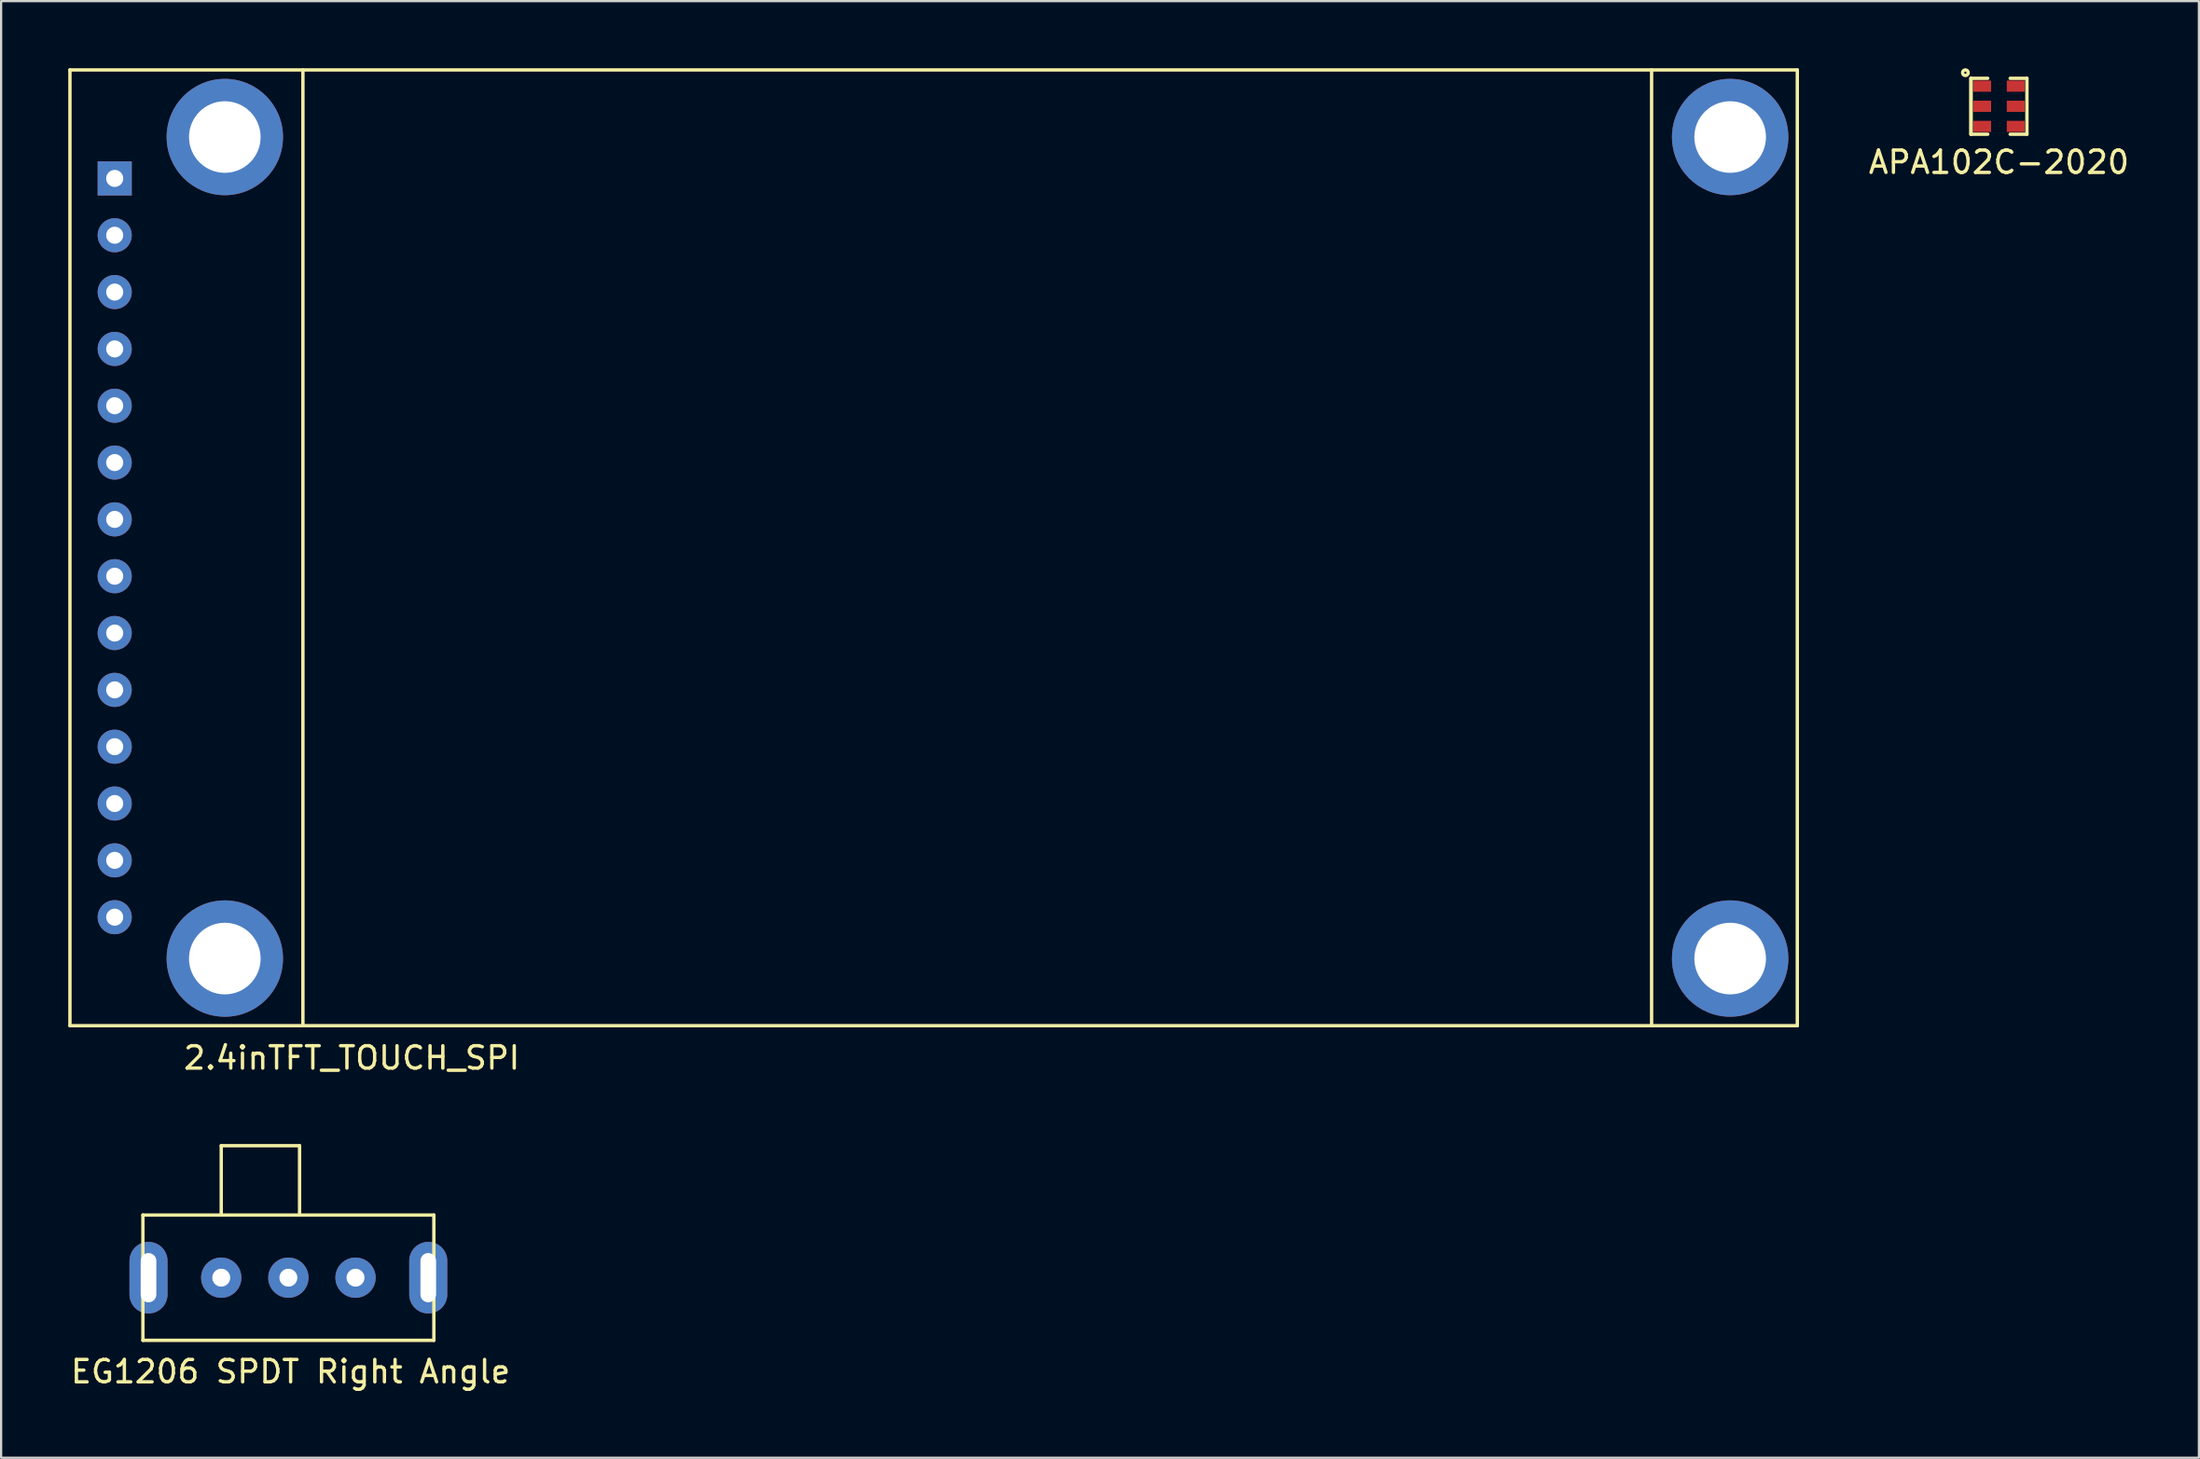
<source format=kicad_pcb>
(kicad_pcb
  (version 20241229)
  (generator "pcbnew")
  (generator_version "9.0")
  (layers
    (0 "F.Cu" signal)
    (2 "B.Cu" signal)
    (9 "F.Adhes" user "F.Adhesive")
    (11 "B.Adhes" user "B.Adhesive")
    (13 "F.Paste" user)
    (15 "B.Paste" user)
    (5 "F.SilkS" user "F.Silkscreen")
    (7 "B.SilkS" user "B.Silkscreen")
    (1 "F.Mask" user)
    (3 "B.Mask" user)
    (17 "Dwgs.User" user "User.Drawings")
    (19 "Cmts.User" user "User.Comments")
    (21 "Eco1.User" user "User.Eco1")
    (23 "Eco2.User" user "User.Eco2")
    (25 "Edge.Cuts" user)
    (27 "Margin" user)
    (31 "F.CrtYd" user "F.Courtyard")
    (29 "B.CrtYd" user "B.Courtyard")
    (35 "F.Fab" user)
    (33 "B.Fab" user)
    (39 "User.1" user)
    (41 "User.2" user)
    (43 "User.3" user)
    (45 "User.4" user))
  (footprint "2.4inTFT_TOUCH_SPI"
    (layer "F.Cu")
    (at 38.665 21.435)
    (property "Reference" "2.4inTFT_TOUCH_SPI" (at -26 22.8 0) (layer "F.SilkS") (effects (font (size 1 1) (thickness 0.15))))
    (attr through_hole)
    (fp_line (start -38.59 -21.36) (end 38.59 -21.36) (stroke (width 0.15) (type solid)) (layer "F.SilkS"))
    (fp_line (start -38.59 21.36) (end -38.59 -21.36) (stroke (width 0.15) (type solid)) (layer "F.SilkS"))
    (fp_line (start -28.18 -21.36) (end -28.18 21.36) (stroke (width 0.15) (type solid)) (layer "F.SilkS"))
    (fp_line (start 32.08 -21.36) (end 32.08 21.36) (stroke (width 0.15) (type solid)) (layer "F.SilkS"))
    (fp_line (start 38.59 -21.36) (end 38.59 21.36) (stroke (width 0.15) (type solid)) (layer "F.SilkS"))
    (fp_line (start 38.59 21.36) (end -38.59 21.36) (stroke (width 0.15) (type solid)) (layer "F.SilkS"))
    (pad "" thru_hole circle (at -31.67 -18.36) (size 5.2 5.2) (drill 3.2) (layers "*.Cu" "*.Mask"))
    (pad "" thru_hole circle (at -31.67 18.36) (size 5.2 5.2) (drill 3.2) (layers "*.Cu" "*.Mask"))
    (pad "" thru_hole circle (at 35.59 -18.36) (size 5.2 5.2) (drill 3.2) (layers "*.Cu" "*.Mask"))
    (pad "" thru_hole circle (at 35.59 18.36) (size 5.2 5.2) (drill 3.2) (layers "*.Cu" "*.Mask"))
    (pad "1" thru_hole rect (at -36.59 -16.51) (size 1.524 1.524) (drill 0.762) (layers "*.Cu" "*.Mask"))
    (pad "2" thru_hole circle (at -36.59 -13.97) (size 1.524 1.524) (drill 0.762) (layers "*.Cu" "*.Mask"))
    (pad "3" thru_hole circle (at -36.59 -11.43) (size 1.524 1.524) (drill 0.762) (layers "*.Cu" "*.Mask"))
    (pad "4" thru_hole circle (at -36.59 -8.89) (size 1.524 1.524) (drill 0.762) (layers "*.Cu" "*.Mask"))
    (pad "5" thru_hole circle (at -36.59 -6.35) (size 1.524 1.524) (drill 0.762) (layers "*.Cu" "*.Mask"))
    (pad "6" thru_hole circle (at -36.59 -3.81) (size 1.524 1.524) (drill 0.762) (layers "*.Cu" "*.Mask"))
    (pad "7" thru_hole circle (at -36.59 -1.27) (size 1.524 1.524) (drill 0.762) (layers "*.Cu" "*.Mask"))
    (pad "8" thru_hole circle (at -36.59 1.27) (size 1.524 1.524) (drill 0.762) (layers "*.Cu" "*.Mask"))
    (pad "9" thru_hole circle (at -36.59 3.81) (size 1.524 1.524) (drill 0.762) (layers "*.Cu" "*.Mask"))
    (pad "10" thru_hole circle (at -36.59 6.35) (size 1.524 1.524) (drill 0.762) (layers "*.Cu" "*.Mask"))
    (pad "11" thru_hole circle (at -36.59 8.89) (size 1.524 1.524) (drill 0.762) (layers "*.Cu" "*.Mask"))
    (pad "12" thru_hole circle (at -36.59 11.43) (size 1.524 1.524) (drill 0.762) (layers "*.Cu" "*.Mask"))
    (pad "13" thru_hole circle (at -36.59 13.97) (size 1.524 1.524) (drill 0.762) (layers "*.Cu" "*.Mask"))
    (pad "14" thru_hole circle (at -36.59 16.51) (size 1.524 1.524) (drill 0.762) (layers "*.Cu" "*.Mask")))
  (footprint "APA102C-2020"
    (layer "F.Cu")
    (at 86.265 1.7)
    (property "Reference" "APA102C-2020" (at 0 2.5 0) (layer "F.SilkS") (effects (font (size 1 1) (thickness 0.15))))
    (attr through_hole)
    (fp_line (start -1.25 -1.25) (end -0.5 -1.25) (stroke (width 0.15) (type solid)) (layer "F.SilkS"))
    (fp_line (start -1.25 1.25) (end -1.25 -1.25) (stroke (width 0.15) (type solid)) (layer "F.SilkS"))
    (fp_line (start -1.25 1.25) (end -1.25 -1.25) (stroke (width 0.15) (type solid)) (layer "F.SilkS"))
    (fp_line (start -0.5 1.25) (end -1.25 1.25) (stroke (width 0.15) (type solid)) (layer "F.SilkS"))
    (fp_line (start 0.5 -1.25) (end 1.25 -1.25) (stroke (width 0.15) (type solid)) (layer "F.SilkS"))
    (fp_line (start 1.25 -1.25) (end 1.25 1.25) (stroke (width 0.15) (type solid)) (layer "F.SilkS"))
    (fp_line (start 1.25 1.25) (end 0.5 1.25) (stroke (width 0.15) (type solid)) (layer "F.SilkS"))
    (fp_circle (center -1.5 -1.5) (end -1.375 -1.5) (stroke (width 0.15) (type solid)) (fill no) (layer "F.SilkS"))
    (pad "1" smd rect (at -0.75 -0.9) (size 0.8 0.5) (layers "F.Cu" "F.Mask" "F.Paste"))
    (pad "2" smd rect (at -0.75 0) (size 0.8 0.5) (layers "F.Cu" "F.Mask" "F.Paste"))
    (pad "3" smd rect (at -0.75 0.9) (size 0.8 0.5) (layers "F.Cu" "F.Mask" "F.Paste"))
    (pad "4" smd rect (at 0.75 0.9) (size 0.8 0.5) (layers "F.Cu" "F.Mask" "F.Paste"))
    (pad "5" smd rect (at 0.75 0) (size 0.8 0.5) (layers "F.Cu" "F.Mask" "F.Paste"))
    (pad "6" smd rect (at 0.75 -0.9) (size 0.8 0.5) (layers "F.Cu" "F.Mask" "F.Paste")))
  (footprint "EG1206 SPDT Right Angle"
    (layer "F.Cu")
    (at 9.835 54.058)
    (property "Reference" "EG1206 SPDT Right Angle" (at 0.1 4.2 0) (layer "F.SilkS") (effects (font (size 1 1) (thickness 0.15))))
    (attr through_hole)
    (fp_line (start -6.5 -2.8) (end 6.5 -2.8) (stroke (width 0.15) (type solid)) (layer "F.SilkS"))
    (fp_line (start -6.5 2.8) (end -6.5 -2.8) (stroke (width 0.15) (type solid)) (layer "F.SilkS"))
    (fp_line (start -3 -5.9) (end 0.5 -5.9) (stroke (width 0.15) (type solid)) (layer "F.SilkS"))
    (fp_line (start -3 -2.8) (end -3 -5.9) (stroke (width 0.15) (type solid)) (layer "F.SilkS"))
    (fp_line (start 0.5 -5.9) (end 0.5 -2.8) (stroke (width 0.15) (type solid)) (layer "F.SilkS"))
    (fp_line (start 6.5 -2.8) (end 6.5 2.8) (stroke (width 0.15) (type solid)) (layer "F.SilkS"))
    (fp_line (start 6.5 2.8) (end -6.5 2.8) (stroke (width 0.15) (type solid)) (layer "F.SilkS"))
    (pad "" thru_hole oval (at -6.25 0) (size 1.7 3.2) (drill oval 0.7 2.2) (layers "*.Cu" "*.Mask"))
    (pad "" thru_hole oval (at 6.25 0) (size 1.7 3.2) (drill oval 0.7 2.2) (layers "*.Cu" "*.Mask"))
    (pad "1" thru_hole circle (at -3 0) (size 1.8 1.8) (drill 0.8) (layers "*.Cu" "*.Mask"))
    (pad "2" thru_hole circle (at 0 0) (size 1.8 1.8) (drill 0.8) (layers "*.Cu" "*.Mask"))
    (pad "3" thru_hole circle (at 3 0) (size 1.8 1.8) (drill 0.8) (layers "*.Cu" "*.Mask")))
  (gr_rect
    (start -3 -3)
    (end 95.199 62.106)
    (stroke (width 0.1) (type default))
    (fill no)
    (layer "Edge.Cuts")))
</source>
